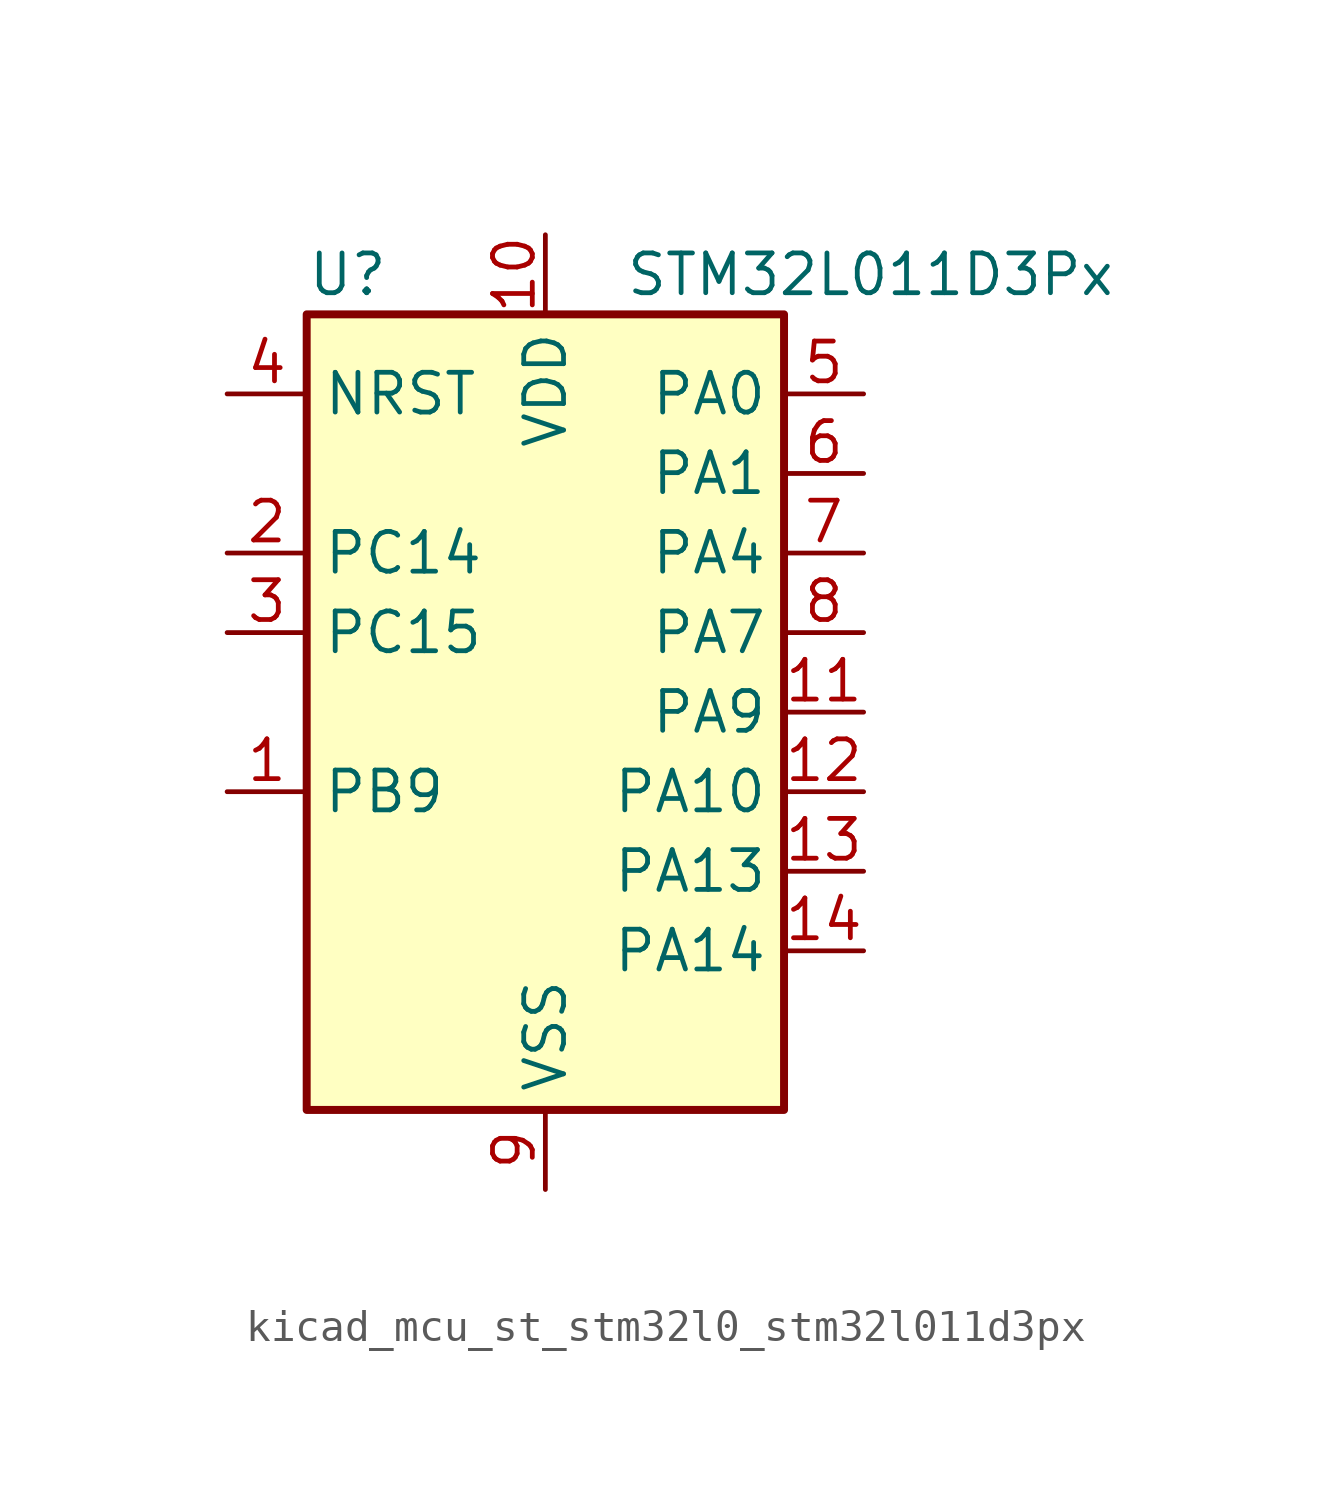
<source format=kicad_sym>
(kicad_symbol_lib
  (version 20220914)
  (generator kicad_symbol_editor)
  (symbol "kicad_mcu_st_stm32l0_stm32l011d3px"
    (property "Reference" "U"
      (at -7.62 13.97 0)
      (effects (font (size 1.27 1.27)) (justify left)))
    (property "Value" "STM32L011D3Px"
      (at 2.54 13.97 0)
      (effects (font (size 1.27 1.27)) (justify left)))
    (property "ki_locked" ""
      (at 0 0 0)
      (effects (font (size 1.27 1.27))))
    (symbol "kicad_mcu_st_stm32l0_stm32l011d3px_0_1"
      (rectangle (start -7.62 -12.7) (end 7.62 12.7) (stroke (width 0.254) (type default)) (fill (type background))))
    (symbol "kicad_mcu_st_stm32l0_stm32l011d3px_1_1"
      (pin bidirectional line (at -10.16 -2.54 0) (length 2.54) (name "PB9" (effects (font (size 1.27 1.27)))) (number "1" (effects (font (size 1.27 1.27)))))
      (pin power_in line (at 0 15.24 270) (length 2.54) (name "VDD" (effects (font (size 1.27 1.27)))) (number "10" (effects (font (size 1.27 1.27)))))
      (pin bidirectional line (at 10.16 0 180) (length 2.54) (name "PA9" (effects (font (size 1.27 1.27)))) (number "11" (effects (font (size 1.27 1.27)))) (alternate "COMP1_OUT" bidirectional line) (alternate "I2C1_SCL" bidirectional line) (alternate "LPTIM1_OUT" bidirectional line) (alternate "RCC_MCO" bidirectional line) (alternate "TIM21_CH2" bidirectional line) (alternate "USART2_TX" bidirectional line))
      (pin bidirectional line (at 10.16 -2.54 180) (length 2.54) (name "PA10" (effects (font (size 1.27 1.27)))) (number "12" (effects (font (size 1.27 1.27)))) (alternate "COMP1_OUT" bidirectional line) (alternate "I2C1_SDA" bidirectional line) (alternate "RTC_REFIN" bidirectional line) (alternate "TIM21_CH1" bidirectional line) (alternate "TIM2_CH3" bidirectional line) (alternate "USART2_RX" bidirectional line))
      (pin bidirectional line (at 10.16 -5.08 180) (length 2.54) (name "PA13" (effects (font (size 1.27 1.27)))) (number "13" (effects (font (size 1.27 1.27)))) (alternate "COMP1_OUT" bidirectional line) (alternate "I2C1_SDA" bidirectional line) (alternate "LPTIM1_ETR" bidirectional line) (alternate "LPUART1_RX" bidirectional line) (alternate "SPI1_SCK" bidirectional line) (alternate "SYS_SWDIO" bidirectional line))
      (pin bidirectional line (at 10.16 -7.62 180) (length 2.54) (name "PA14" (effects (font (size 1.27 1.27)))) (number "14" (effects (font (size 1.27 1.27)))) (alternate "COMP2_OUT" bidirectional line) (alternate "I2C1_SMBA" bidirectional line) (alternate "LPTIM1_OUT" bidirectional line) (alternate "LPUART1_TX" bidirectional line) (alternate "SPI1_MISO" bidirectional line) (alternate "SYS_SWCLK" bidirectional line) (alternate "USART2_TX" bidirectional line))
      (pin bidirectional line (at -10.16 5.08 0) (length 2.54) (name "PC14" (effects (font (size 1.27 1.27)))) (number "2" (effects (font (size 1.27 1.27)))) (alternate "RCC_OSC32_IN" bidirectional line))
      (pin bidirectional line (at -10.16 2.54 0) (length 2.54) (name "PC15" (effects (font (size 1.27 1.27)))) (number "3" (effects (font (size 1.27 1.27)))) (alternate "RCC_OSC32_OUT" bidirectional line))
      (pin input line (at -10.16 10.16 0) (length 2.54) (name "NRST" (effects (font (size 1.27 1.27)))) (number "4" (effects (font (size 1.27 1.27)))))
      (pin bidirectional line (at 10.16 10.16 180) (length 2.54) (name "PA0" (effects (font (size 1.27 1.27)))) (number "5" (effects (font (size 1.27 1.27)))) (alternate "ADC_IN0" bidirectional line) (alternate "COMP1_INM" bidirectional line) (alternate "COMP1_OUT" bidirectional line) (alternate "LPTIM1_IN1" bidirectional line) (alternate "LPUART1_RX" bidirectional line) (alternate "RCC_CK_IN" bidirectional line) (alternate "RTC_TAMP2" bidirectional line) (alternate "SYS_WKUP1" bidirectional line) (alternate "TIM2_CH1" bidirectional line) (alternate "TIM2_ETR" bidirectional line) (alternate "USART2_CTS" bidirectional line) (alternate "USART2_RX" bidirectional line))
      (pin bidirectional line (at 10.16 7.62 180) (length 2.54) (name "PA1" (effects (font (size 1.27 1.27)))) (number "6" (effects (font (size 1.27 1.27)))) (alternate "ADC_IN1" bidirectional line) (alternate "COMP1_INP" bidirectional line) (alternate "I2C1_SMBA" bidirectional line) (alternate "LPTIM1_IN2" bidirectional line) (alternate "LPUART1_TX" bidirectional line) (alternate "TIM21_ETR" bidirectional line) (alternate "TIM2_CH2" bidirectional line) (alternate "USART2_DE" bidirectional line) (alternate "USART2_RTS" bidirectional line))
      (pin bidirectional line (at 10.16 5.08 180) (length 2.54) (name "PA4" (effects (font (size 1.27 1.27)))) (number "7" (effects (font (size 1.27 1.27)))) (alternate "ADC_IN4" bidirectional line) (alternate "COMP1_INM" bidirectional line) (alternate "COMP2_INM" bidirectional line) (alternate "COMP2_OUT" bidirectional line) (alternate "I2C1_SCL" bidirectional line) (alternate "LPTIM1_ETR" bidirectional line) (alternate "LPTIM1_IN1" bidirectional line) (alternate "LPUART1_TX" bidirectional line) (alternate "SPI1_NSS" bidirectional line) (alternate "TIM2_ETR" bidirectional line) (alternate "USART2_CK" bidirectional line))
      (pin bidirectional line (at 10.16 2.54 180) (length 2.54) (name "PA7" (effects (font (size 1.27 1.27)))) (number "8" (effects (font (size 1.27 1.27)))) (alternate "ADC_IN7" bidirectional line) (alternate "COMP2_INP" bidirectional line) (alternate "COMP2_OUT" bidirectional line) (alternate "LPTIM1_OUT" bidirectional line) (alternate "SPI1_MOSI" bidirectional line) (alternate "TIM21_ETR" bidirectional line) (alternate "USART2_CTS" bidirectional line))
      (pin power_in line (at 0 -15.24 90) (length 2.54) (name "VSS" (effects (font (size 1.27 1.27)))) (number "9" (effects (font (size 1.27 1.27))))))))
</source>
